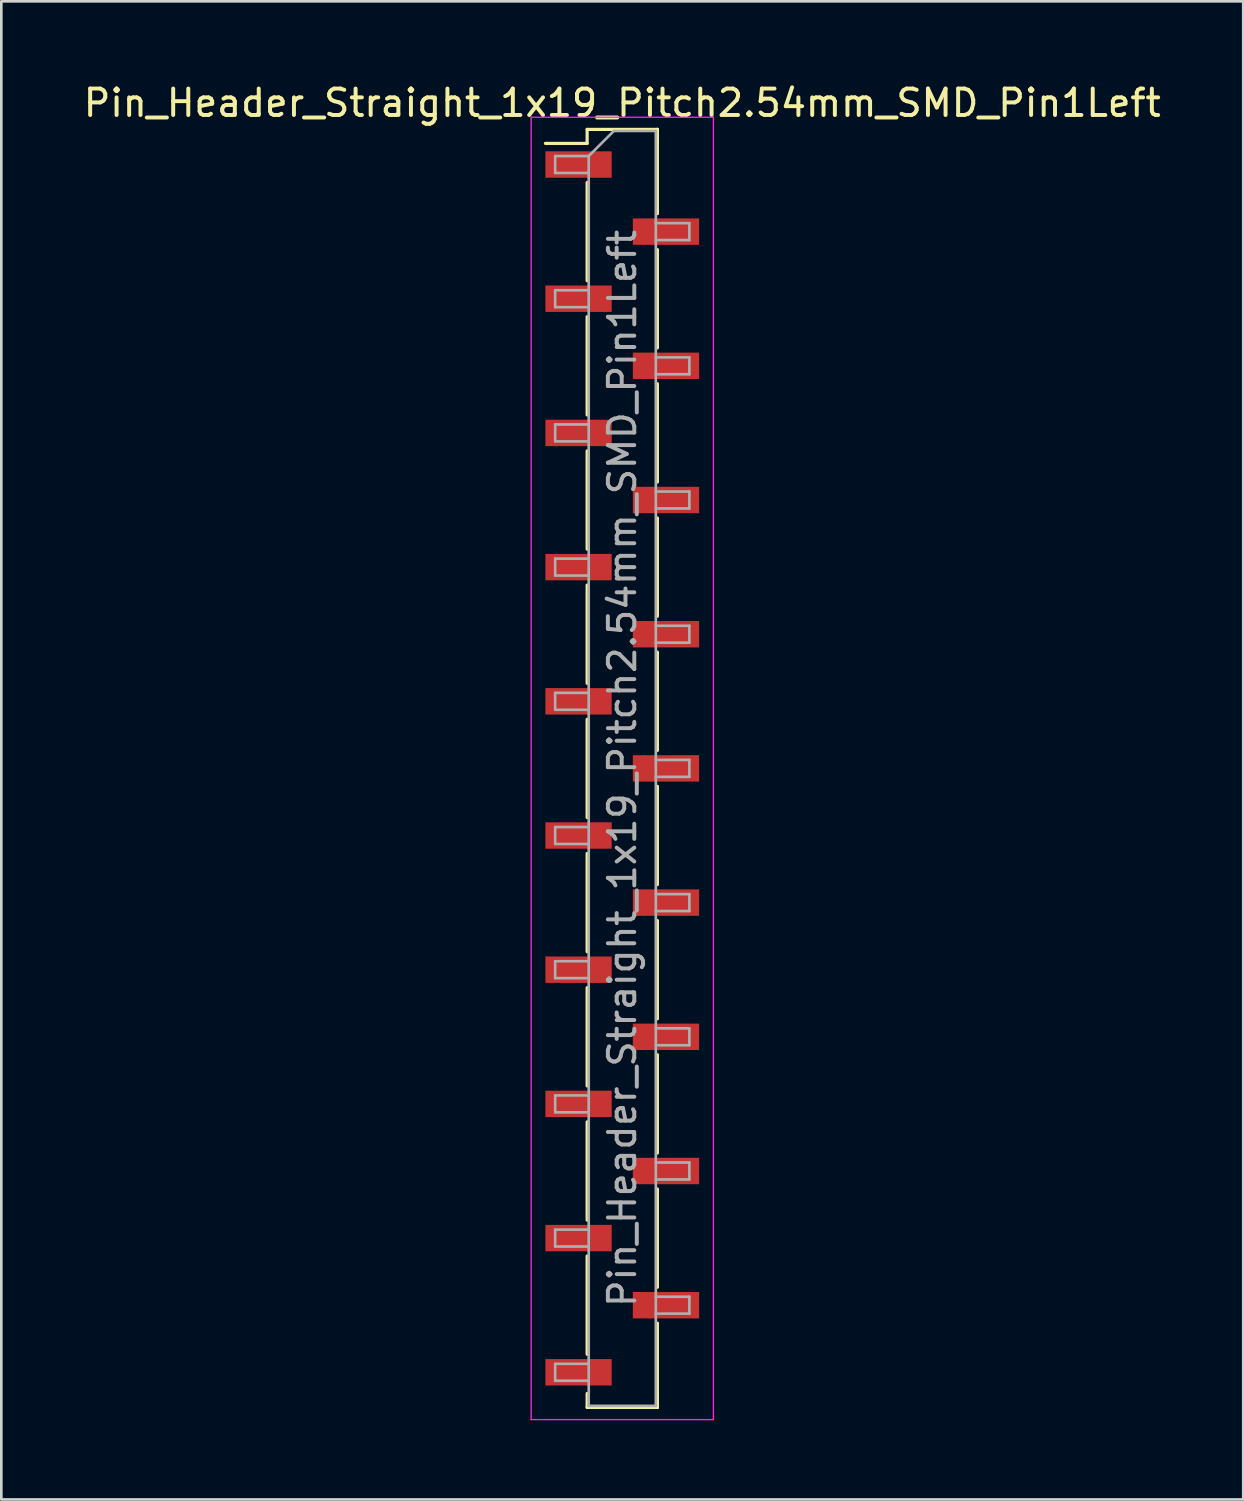
<source format=kicad_pcb>
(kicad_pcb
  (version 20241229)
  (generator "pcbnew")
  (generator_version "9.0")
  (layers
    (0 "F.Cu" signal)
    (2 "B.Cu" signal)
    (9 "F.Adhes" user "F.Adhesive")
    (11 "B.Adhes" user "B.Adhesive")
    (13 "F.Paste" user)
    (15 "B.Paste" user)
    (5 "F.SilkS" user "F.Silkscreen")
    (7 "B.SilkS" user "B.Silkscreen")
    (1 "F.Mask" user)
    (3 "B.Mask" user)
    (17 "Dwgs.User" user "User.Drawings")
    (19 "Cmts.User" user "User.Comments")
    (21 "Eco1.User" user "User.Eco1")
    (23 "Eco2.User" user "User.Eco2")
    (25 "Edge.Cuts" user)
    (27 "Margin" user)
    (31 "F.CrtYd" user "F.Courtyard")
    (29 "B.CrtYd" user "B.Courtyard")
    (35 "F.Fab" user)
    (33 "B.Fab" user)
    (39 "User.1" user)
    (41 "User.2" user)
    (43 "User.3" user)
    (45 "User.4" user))
  (footprint "Pin_Header_Straight_1x19_Pitch2.54mm_SMD_Pin1Left"
    (layer "F.Cu")
    (at 20.506 26.038)
    (property "Reference" "Pin_Header_Straight_1x19_Pitch2.54mm_SMD_Pin1Left" (at 0 -25.19 0) (layer "F.SilkS") (effects (font (size 1 1) (thickness 0.15))))
    (attr smd)
    (fp_line (start -1.33 -24.19) (end 1.33 -24.19) (stroke (width 0.12) (type solid)) (layer "F.SilkS"))
    (fp_line (start -1.33 -23.66) (end -2.91 -23.66) (stroke (width 0.12) (type solid)) (layer "F.SilkS"))
    (fp_line (start -1.33 -23.66) (end -1.33 -24.19) (stroke (width 0.12) (type solid)) (layer "F.SilkS"))
    (fp_line (start -1.33 -22.18) (end -1.33 -18.46) (stroke (width 0.12) (type solid)) (layer "F.SilkS"))
    (fp_line (start -1.33 -17.1) (end -1.33 -13.38) (stroke (width 0.12) (type solid)) (layer "F.SilkS"))
    (fp_line (start -1.33 -12.02) (end -1.33 -8.3) (stroke (width 0.12) (type solid)) (layer "F.SilkS"))
    (fp_line (start -1.33 -6.94) (end -1.33 -3.22) (stroke (width 0.12) (type solid)) (layer "F.SilkS"))
    (fp_line (start -1.33 -1.86) (end -1.33 1.86) (stroke (width 0.12) (type solid)) (layer "F.SilkS"))
    (fp_line (start -1.33 3.22) (end -1.33 6.94) (stroke (width 0.12) (type solid)) (layer "F.SilkS"))
    (fp_line (start -1.33 8.3) (end -1.33 12.02) (stroke (width 0.12) (type solid)) (layer "F.SilkS"))
    (fp_line (start -1.33 13.38) (end -1.33 17.1) (stroke (width 0.12) (type solid)) (layer "F.SilkS"))
    (fp_line (start -1.33 18.46) (end -1.33 22.18) (stroke (width 0.12) (type solid)) (layer "F.SilkS"))
    (fp_line (start -1.33 23.66) (end -1.33 24.19) (stroke (width 0.12) (type solid)) (layer "F.SilkS"))
    (fp_line (start -1.33 24.19) (end 1.33 24.19) (stroke (width 0.12) (type solid)) (layer "F.SilkS"))
    (fp_line (start 1.33 -24.19) (end 1.33 -23.66) (stroke (width 0.12) (type solid)) (layer "F.SilkS"))
    (fp_line (start 1.33 -24.19) (end 1.33 -21) (stroke (width 0.12) (type solid)) (layer "F.SilkS"))
    (fp_line (start 1.33 -19.64) (end 1.33 -15.92) (stroke (width 0.12) (type solid)) (layer "F.SilkS"))
    (fp_line (start 1.33 -14.56) (end 1.33 -10.84) (stroke (width 0.12) (type solid)) (layer "F.SilkS"))
    (fp_line (start 1.33 -9.48) (end 1.33 -5.76) (stroke (width 0.12) (type solid)) (layer "F.SilkS"))
    (fp_line (start 1.33 -4.4) (end 1.33 -0.68) (stroke (width 0.12) (type solid)) (layer "F.SilkS"))
    (fp_line (start 1.33 0.68) (end 1.33 4.4) (stroke (width 0.12) (type solid)) (layer "F.SilkS"))
    (fp_line (start 1.33 5.76) (end 1.33 9.48) (stroke (width 0.12) (type solid)) (layer "F.SilkS"))
    (fp_line (start 1.33 10.84) (end 1.33 14.56) (stroke (width 0.12) (type solid)) (layer "F.SilkS"))
    (fp_line (start 1.33 15.92) (end 1.33 19.64) (stroke (width 0.12) (type solid)) (layer "F.SilkS"))
    (fp_line (start 1.33 21) (end 1.33 24.19) (stroke (width 0.12) (type solid)) (layer "F.SilkS"))
    (fp_line (start 1.33 24.19) (end 1.33 23.66) (stroke (width 0.12) (type solid)) (layer "F.SilkS"))
    (fp_line (start -3.45 -24.65) (end -3.45 24.65) (stroke (width 0.05) (type solid)) (layer "F.CrtYd"))
    (fp_line (start -3.45 24.65) (end 3.45 24.65) (stroke (width 0.05) (type solid)) (layer "F.CrtYd"))
    (fp_line (start 3.45 -24.65) (end -3.45 -24.65) (stroke (width 0.05) (type solid)) (layer "F.CrtYd"))
    (fp_line (start 3.45 24.65) (end 3.45 -24.65) (stroke (width 0.05) (type solid)) (layer "F.CrtYd"))
    (fp_line (start -2.54 -23.18) (end -2.54 -22.54) (stroke (width 0.1) (type solid)) (layer "F.Fab"))
    (fp_line (start -2.54 -22.54) (end -1.27 -22.54) (stroke (width 0.1) (type solid)) (layer "F.Fab"))
    (fp_line (start -2.54 -18.1) (end -2.54 -17.46) (stroke (width 0.1) (type solid)) (layer "F.Fab"))
    (fp_line (start -2.54 -17.46) (end -1.27 -17.46) (stroke (width 0.1) (type solid)) (layer "F.Fab"))
    (fp_line (start -2.54 -13.02) (end -2.54 -12.38) (stroke (width 0.1) (type solid)) (layer "F.Fab"))
    (fp_line (start -2.54 -12.38) (end -1.27 -12.38) (stroke (width 0.1) (type solid)) (layer "F.Fab"))
    (fp_line (start -2.54 -7.94) (end -2.54 -7.3) (stroke (width 0.1) (type solid)) (layer "F.Fab"))
    (fp_line (start -2.54 -7.3) (end -1.27 -7.3) (stroke (width 0.1) (type solid)) (layer "F.Fab"))
    (fp_line (start -2.54 -2.86) (end -2.54 -2.22) (stroke (width 0.1) (type solid)) (layer "F.Fab"))
    (fp_line (start -2.54 -2.22) (end -1.27 -2.22) (stroke (width 0.1) (type solid)) (layer "F.Fab"))
    (fp_line (start -2.54 2.22) (end -2.54 2.86) (stroke (width 0.1) (type solid)) (layer "F.Fab"))
    (fp_line (start -2.54 2.86) (end -1.27 2.86) (stroke (width 0.1) (type solid)) (layer "F.Fab"))
    (fp_line (start -2.54 7.3) (end -2.54 7.94) (stroke (width 0.1) (type solid)) (layer "F.Fab"))
    (fp_line (start -2.54 7.94) (end -1.27 7.94) (stroke (width 0.1) (type solid)) (layer "F.Fab"))
    (fp_line (start -2.54 12.38) (end -2.54 13.02) (stroke (width 0.1) (type solid)) (layer "F.Fab"))
    (fp_line (start -2.54 13.02) (end -1.27 13.02) (stroke (width 0.1) (type solid)) (layer "F.Fab"))
    (fp_line (start -2.54 17.46) (end -2.54 18.1) (stroke (width 0.1) (type solid)) (layer "F.Fab"))
    (fp_line (start -2.54 18.1) (end -1.27 18.1) (stroke (width 0.1) (type solid)) (layer "F.Fab"))
    (fp_line (start -2.54 22.54) (end -2.54 23.18) (stroke (width 0.1) (type solid)) (layer "F.Fab"))
    (fp_line (start -2.54 23.18) (end -1.27 23.18) (stroke (width 0.1) (type solid)) (layer "F.Fab"))
    (fp_line (start -1.27 -23.18) (end -2.54 -23.18) (stroke (width 0.1) (type solid)) (layer "F.Fab"))
    (fp_line (start -1.27 -23.18) (end -0.32 -24.13) (stroke (width 0.1) (type solid)) (layer "F.Fab"))
    (fp_line (start -1.27 -18.1) (end -2.54 -18.1) (stroke (width 0.1) (type solid)) (layer "F.Fab"))
    (fp_line (start -1.27 -13.02) (end -2.54 -13.02) (stroke (width 0.1) (type solid)) (layer "F.Fab"))
    (fp_line (start -1.27 -7.94) (end -2.54 -7.94) (stroke (width 0.1) (type solid)) (layer "F.Fab"))
    (fp_line (start -1.27 -2.86) (end -2.54 -2.86) (stroke (width 0.1) (type solid)) (layer "F.Fab"))
    (fp_line (start -1.27 2.22) (end -2.54 2.22) (stroke (width 0.1) (type solid)) (layer "F.Fab"))
    (fp_line (start -1.27 7.3) (end -2.54 7.3) (stroke (width 0.1) (type solid)) (layer "F.Fab"))
    (fp_line (start -1.27 12.38) (end -2.54 12.38) (stroke (width 0.1) (type solid)) (layer "F.Fab"))
    (fp_line (start -1.27 17.46) (end -2.54 17.46) (stroke (width 0.1) (type solid)) (layer "F.Fab"))
    (fp_line (start -1.27 22.54) (end -2.54 22.54) (stroke (width 0.1) (type solid)) (layer "F.Fab"))
    (fp_line (start -1.27 24.13) (end -1.27 -23.18) (stroke (width 0.1) (type solid)) (layer "F.Fab"))
    (fp_line (start -0.32 -24.13) (end 1.27 -24.13) (stroke (width 0.1) (type solid)) (layer "F.Fab"))
    (fp_line (start 1.27 -24.13) (end 1.27 24.13) (stroke (width 0.1) (type solid)) (layer "F.Fab"))
    (fp_line (start 1.27 -20.64) (end 2.54 -20.64) (stroke (width 0.1) (type solid)) (layer "F.Fab"))
    (fp_line (start 1.27 -15.56) (end 2.54 -15.56) (stroke (width 0.1) (type solid)) (layer "F.Fab"))
    (fp_line (start 1.27 -10.48) (end 2.54 -10.48) (stroke (width 0.1) (type solid)) (layer "F.Fab"))
    (fp_line (start 1.27 -5.4) (end 2.54 -5.4) (stroke (width 0.1) (type solid)) (layer "F.Fab"))
    (fp_line (start 1.27 -0.32) (end 2.54 -0.32) (stroke (width 0.1) (type solid)) (layer "F.Fab"))
    (fp_line (start 1.27 4.76) (end 2.54 4.76) (stroke (width 0.1) (type solid)) (layer "F.Fab"))
    (fp_line (start 1.27 9.84) (end 2.54 9.84) (stroke (width 0.1) (type solid)) (layer "F.Fab"))
    (fp_line (start 1.27 14.92) (end 2.54 14.92) (stroke (width 0.1) (type solid)) (layer "F.Fab"))
    (fp_line (start 1.27 20) (end 2.54 20) (stroke (width 0.1) (type solid)) (layer "F.Fab"))
    (fp_line (start 1.27 24.13) (end -1.27 24.13) (stroke (width 0.1) (type solid)) (layer "F.Fab"))
    (fp_line (start 2.54 -20.64) (end 2.54 -20) (stroke (width 0.1) (type solid)) (layer "F.Fab"))
    (fp_line (start 2.54 -20) (end 1.27 -20) (stroke (width 0.1) (type solid)) (layer "F.Fab"))
    (fp_line (start 2.54 -15.56) (end 2.54 -14.92) (stroke (width 0.1) (type solid)) (layer "F.Fab"))
    (fp_line (start 2.54 -14.92) (end 1.27 -14.92) (stroke (width 0.1) (type solid)) (layer "F.Fab"))
    (fp_line (start 2.54 -10.48) (end 2.54 -9.84) (stroke (width 0.1) (type solid)) (layer "F.Fab"))
    (fp_line (start 2.54 -9.84) (end 1.27 -9.84) (stroke (width 0.1) (type solid)) (layer "F.Fab"))
    (fp_line (start 2.54 -5.4) (end 2.54 -4.76) (stroke (width 0.1) (type solid)) (layer "F.Fab"))
    (fp_line (start 2.54 -4.76) (end 1.27 -4.76) (stroke (width 0.1) (type solid)) (layer "F.Fab"))
    (fp_line (start 2.54 -0.32) (end 2.54 0.32) (stroke (width 0.1) (type solid)) (layer "F.Fab"))
    (fp_line (start 2.54 0.32) (end 1.27 0.32) (stroke (width 0.1) (type solid)) (layer "F.Fab"))
    (fp_line (start 2.54 4.76) (end 2.54 5.4) (stroke (width 0.1) (type solid)) (layer "F.Fab"))
    (fp_line (start 2.54 5.4) (end 1.27 5.4) (stroke (width 0.1) (type solid)) (layer "F.Fab"))
    (fp_line (start 2.54 9.84) (end 2.54 10.48) (stroke (width 0.1) (type solid)) (layer "F.Fab"))
    (fp_line (start 2.54 10.48) (end 1.27 10.48) (stroke (width 0.1) (type solid)) (layer "F.Fab"))
    (fp_line (start 2.54 14.92) (end 2.54 15.56) (stroke (width 0.1) (type solid)) (layer "F.Fab"))
    (fp_line (start 2.54 15.56) (end 1.27 15.56) (stroke (width 0.1) (type solid)) (layer "F.Fab"))
    (fp_line (start 2.54 20) (end 2.54 20.64) (stroke (width 0.1) (type solid)) (layer "F.Fab"))
    (fp_line (start 2.54 20.64) (end 1.27 20.64) (stroke (width 0.1) (type solid)) (layer "F.Fab"))
    (fp_text user "${REFERENCE}" (at 0 0 90) (layer "F.Fab") (effects (font (size 1 1) (thickness 0.15))))
    (pad "1" smd rect (at -1.655 -22.86) (size 2.51 1) (layers "F.Cu" "F.Mask" "F.Paste"))
    (pad "2" smd rect (at 1.655 -20.32) (size 2.51 1) (layers "F.Cu" "F.Mask" "F.Paste"))
    (pad "3" smd rect (at -1.655 -17.78) (size 2.51 1) (layers "F.Cu" "F.Mask" "F.Paste"))
    (pad "4" smd rect (at 1.655 -15.24) (size 2.51 1) (layers "F.Cu" "F.Mask" "F.Paste"))
    (pad "5" smd rect (at -1.655 -12.7) (size 2.51 1) (layers "F.Cu" "F.Mask" "F.Paste"))
    (pad "6" smd rect (at 1.655 -10.16) (size 2.51 1) (layers "F.Cu" "F.Mask" "F.Paste"))
    (pad "7" smd rect (at -1.655 -7.62) (size 2.51 1) (layers "F.Cu" "F.Mask" "F.Paste"))
    (pad "8" smd rect (at 1.655 -5.08) (size 2.51 1) (layers "F.Cu" "F.Mask" "F.Paste"))
    (pad "9" smd rect (at -1.655 -2.54) (size 2.51 1) (layers "F.Cu" "F.Mask" "F.Paste"))
    (pad "10" smd rect (at 1.655 0) (size 2.51 1) (layers "F.Cu" "F.Mask" "F.Paste"))
    (pad "11" smd rect (at -1.655 2.54) (size 2.51 1) (layers "F.Cu" "F.Mask" "F.Paste"))
    (pad "12" smd rect (at 1.655 5.08) (size 2.51 1) (layers "F.Cu" "F.Mask" "F.Paste"))
    (pad "13" smd rect (at -1.655 7.62) (size 2.51 1) (layers "F.Cu" "F.Mask" "F.Paste"))
    (pad "14" smd rect (at 1.655 10.16) (size 2.51 1) (layers "F.Cu" "F.Mask" "F.Paste"))
    (pad "15" smd rect (at -1.655 12.7) (size 2.51 1) (layers "F.Cu" "F.Mask" "F.Paste"))
    (pad "16" smd rect (at 1.655 15.24) (size 2.51 1) (layers "F.Cu" "F.Mask" "F.Paste"))
    (pad "17" smd rect (at -1.655 17.78) (size 2.51 1) (layers "F.Cu" "F.Mask" "F.Paste"))
    (pad "18" smd rect (at 1.655 20.32) (size 2.51 1) (layers "F.Cu" "F.Mask" "F.Paste"))
    (pad "19" smd rect (at -1.655 22.86) (size 2.51 1) (layers "F.Cu" "F.Mask" "F.Paste")))
  (gr_rect
    (start -3 -3)
    (end 44.012 53.713)
    (stroke (width 0.1) (type default))
    (fill no)
    (layer "Edge.Cuts")))
</source>
